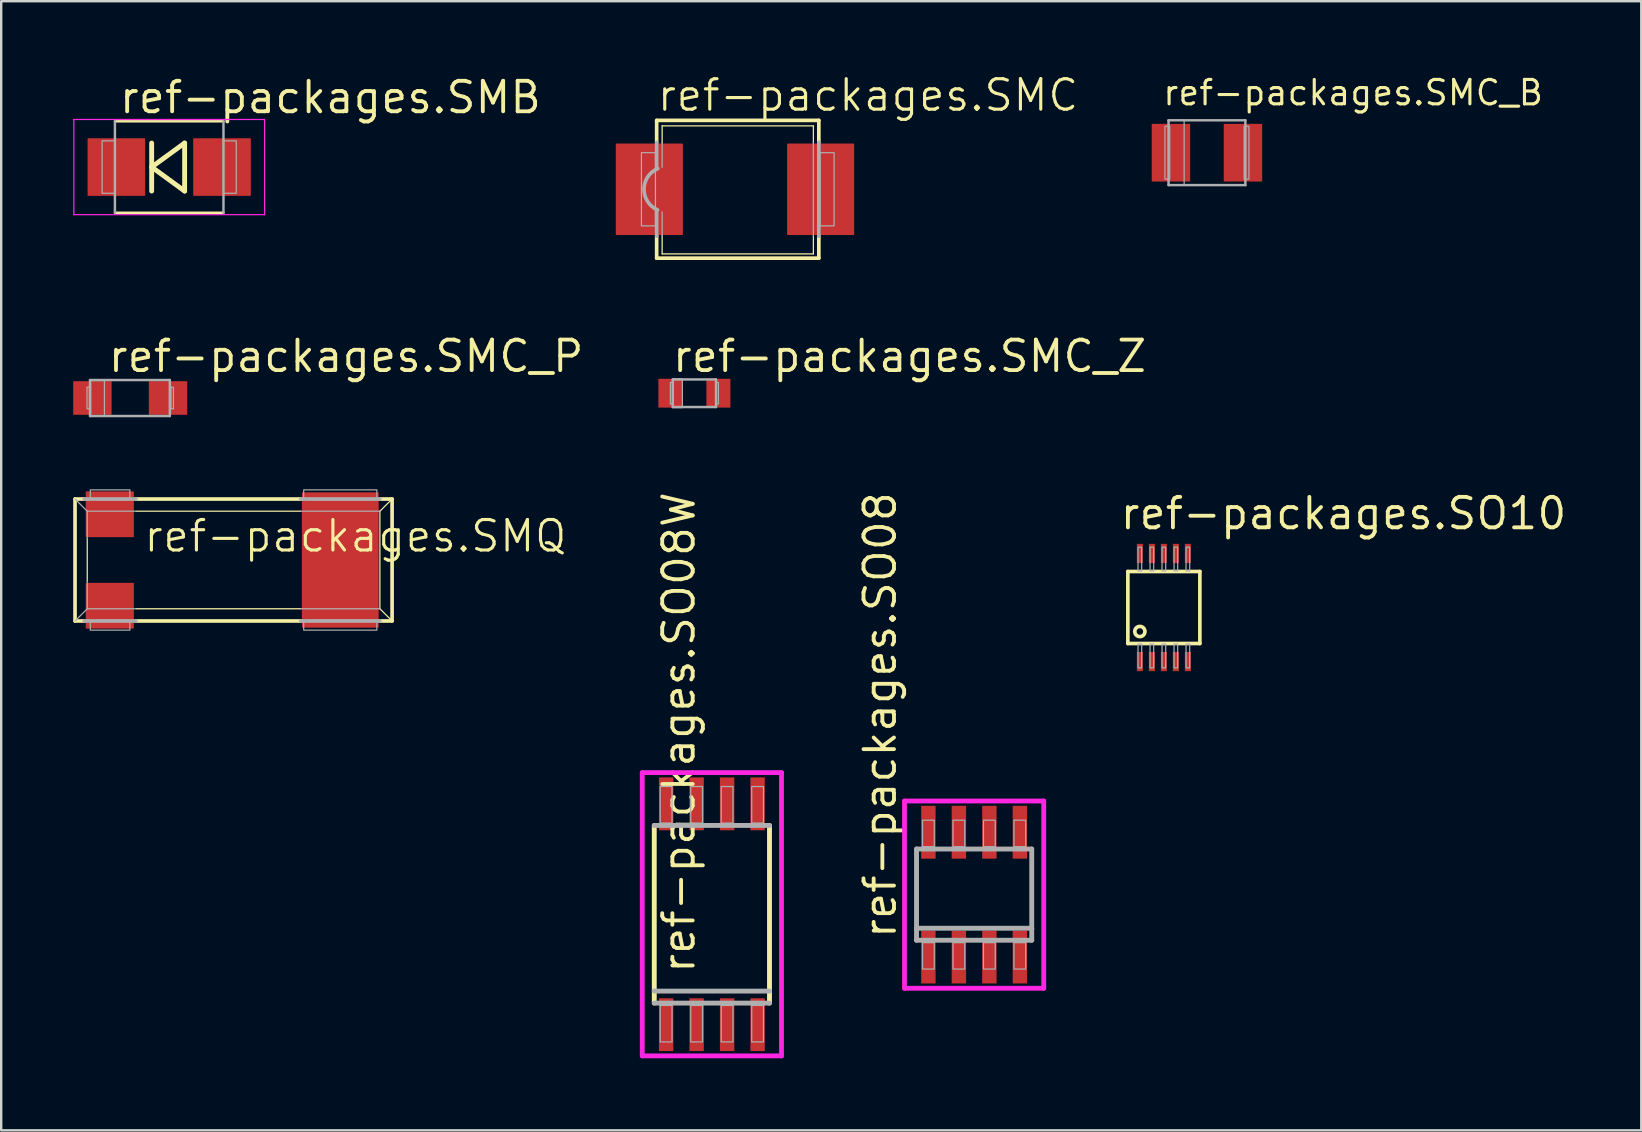
<source format=kicad_pcb>
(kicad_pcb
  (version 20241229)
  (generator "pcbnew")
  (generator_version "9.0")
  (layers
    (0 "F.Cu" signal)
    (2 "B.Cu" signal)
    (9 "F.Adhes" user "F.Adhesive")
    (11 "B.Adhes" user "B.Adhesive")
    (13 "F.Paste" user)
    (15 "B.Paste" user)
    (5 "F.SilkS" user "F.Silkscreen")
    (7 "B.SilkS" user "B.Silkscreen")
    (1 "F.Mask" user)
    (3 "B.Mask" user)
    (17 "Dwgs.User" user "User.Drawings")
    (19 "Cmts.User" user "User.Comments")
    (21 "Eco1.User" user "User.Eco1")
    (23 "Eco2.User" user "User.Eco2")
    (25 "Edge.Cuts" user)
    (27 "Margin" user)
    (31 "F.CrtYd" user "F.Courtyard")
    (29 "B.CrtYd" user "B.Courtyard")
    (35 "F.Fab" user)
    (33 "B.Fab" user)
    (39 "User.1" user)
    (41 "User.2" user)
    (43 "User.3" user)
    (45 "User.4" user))
  (footprint "ref-packages.SMQ"
    (layer "F.Cu")
    (at 6.68 20.278)
    (property "Reference" "ref-packages.SMQ" (at -3.81 -0.254 0) (layer "F.SilkS") (effects (font (size 1.27 1.27) (thickness 0.13)) (justify left bottom)))
    (attr smd)
    (fp_line (start -6.604 -2.54) (end -6.604 2.54) (stroke (width 0.152) (type default)) (layer "F.SilkS"))
    (fp_line (start -6.604 -2.54) (end -6.223 -2.54) (stroke (width 0.152) (type default)) (layer "F.SilkS"))
    (fp_line (start -6.223 2.54) (end -6.604 2.54) (stroke (width 0.152) (type default)) (layer "F.SilkS"))
    (fp_line (start -6.096 -0.889) (end -6.096 0.889) (stroke (width 0.051) (type default)) (layer "F.SilkS"))
    (fp_line (start -4.064 -2.54) (end 2.794 -2.54) (stroke (width 0.152) (type default)) (layer "F.SilkS"))
    (fp_line (start -4.064 -2.032) (end 2.794 -2.032) (stroke (width 0.051) (type default)) (layer "F.SilkS"))
    (fp_line (start -4.064 2.032) (end 2.794 2.032) (stroke (width 0.051) (type default)) (layer "F.SilkS"))
    (fp_line (start -4.064 2.54) (end 2.794 2.54) (stroke (width 0.152) (type default)) (layer "F.SilkS"))
    (fp_line (start 6.096 -2.54) (end 6.604 -2.54) (stroke (width 0.152) (type default)) (layer "F.SilkS"))
    (fp_line (start 6.096 2.032) (end 6.096 -2.032) (stroke (width 0.051) (type default)) (layer "F.SilkS"))
    (fp_line (start 6.096 2.54) (end 6.604 2.54) (stroke (width 0.152) (type default)) (layer "F.SilkS"))
    (fp_line (start 6.604 -2.54) (end 6.096 -2.032) (stroke (width 0.051) (type default)) (layer "F.SilkS"))
    (fp_line (start 6.604 2.54) (end 6.096 2.032) (stroke (width 0.051) (type default)) (layer "F.SilkS"))
    (fp_line (start 6.604 2.54) (end 6.604 -2.54) (stroke (width 0.152) (type default)) (layer "F.SilkS"))
    (fp_line (start -6.604 -2.54) (end -6.096 -2.032) (stroke (width 0.051) (type default)) (layer "F.Fab"))
    (fp_line (start -6.604 2.54) (end -6.096 2.032) (stroke (width 0.051) (type default)) (layer "F.Fab"))
    (fp_line (start -6.223 -2.54) (end -4.064 -2.54) (stroke (width 0.152) (type default)) (layer "F.Fab"))
    (fp_line (start -6.223 2.54) (end -4.064 2.54) (stroke (width 0.152) (type default)) (layer "F.Fab"))
    (fp_line (start -6.096 -2.032) (end -6.096 -0.889) (stroke (width 0.051) (type default)) (layer "F.Fab"))
    (fp_line (start -6.096 -2.032) (end -4.064 -2.032) (stroke (width 0.051) (type default)) (layer "F.Fab"))
    (fp_line (start -6.096 0.889) (end -6.096 2.032) (stroke (width 0.051) (type default)) (layer "F.Fab"))
    (fp_line (start -6.096 2.032) (end -4.064 2.032) (stroke (width 0.051) (type default)) (layer "F.Fab"))
    (fp_line (start 6.096 -2.54) (end 2.794 -2.54) (stroke (width 0.152) (type default)) (layer "F.Fab"))
    (fp_line (start 6.096 -2.032) (end 2.794 -2.032) (stroke (width 0.051) (type default)) (layer "F.Fab"))
    (fp_line (start 6.096 2.032) (end 2.794 2.032) (stroke (width 0.051) (type default)) (layer "F.Fab"))
    (fp_line (start 6.096 2.54) (end 2.794 2.54) (stroke (width 0.152) (type default)) (layer "F.Fab"))
    (fp_rect (start -5.969 -2.54) (end -4.318 -2.921) (stroke (width 0.05) (type default)) (fill no) (layer "F.Fab"))
    (fp_rect (start -5.969 2.921) (end -4.318 2.54) (stroke (width 0.05) (type default)) (fill no) (layer "F.Fab"))
    (fp_rect (start 2.921 -2.54) (end 5.969 -2.921) (stroke (width 0.05) (type default)) (fill no) (layer "F.Fab"))
    (fp_rect (start 2.921 2.921) (end 5.969 2.54) (stroke (width 0.05) (type default)) (fill no) (layer "F.Fab"))
    (pad "1" smd roundrect (at -5.156 -1.905) (size 2.007 1.905) (layers "F.Cu" "F.Mask" "F.Paste") (roundrect_rratio 0.01))
    (pad "2" smd roundrect (at -5.156 1.905) (size 2.007 1.905) (layers "F.Cu" "F.Mask" "F.Paste") (roundrect_rratio 0.01))
    (pad "GND" smd roundrect (at 4.445 0) (size 3.2 5.639) (layers "F.Cu" "F.Mask" "F.Paste") (roundrect_rratio 0.01)))
  (footprint "ref-packages.SO08"
    (layer "F.Cu")
    (at 37.53 34.219)
    (property "Reference" "ref-packages.SO08" (at -3.175 1.905 90) (layer "F.SilkS") (effects (font (size 1.27 1.27) (thickness 0.16)) (justify left bottom)))
    (attr smd)
    (fp_line (start -2.9 -3.9) (end 2.9 -3.9) (stroke (width 0.2) (type default)) (layer "F.CrtYd"))
    (fp_line (start -2.9 3.9) (end -2.9 -3.9) (stroke (width 0.2) (type default)) (layer "F.CrtYd"))
    (fp_line (start 2.9 -3.9) (end 2.9 3.9) (stroke (width 0.2) (type default)) (layer "F.CrtYd"))
    (fp_line (start 2.9 3.9) (end -2.9 3.9) (stroke (width 0.2) (type default)) (layer "F.CrtYd"))
    (fp_line (start -2.4 -1.9) (end 2.4 -1.9) (stroke (width 0.203) (type default)) (layer "F.Fab"))
    (fp_line (start -2.4 1.4) (end -2.4 -1.9) (stroke (width 0.203) (type default)) (layer "F.Fab"))
    (fp_line (start -2.4 1.9) (end -2.4 1.4) (stroke (width 0.203) (type default)) (layer "F.Fab"))
    (fp_line (start 2.4 -1.9) (end 2.4 1.4) (stroke (width 0.203) (type default)) (layer "F.Fab"))
    (fp_line (start 2.4 1.4) (end -2.4 1.4) (stroke (width 0.203) (type default)) (layer "F.Fab"))
    (fp_line (start 2.4 1.4) (end 2.4 1.9) (stroke (width 0.203) (type default)) (layer "F.Fab"))
    (fp_line (start 2.4 1.9) (end -2.4 1.9) (stroke (width 0.203) (type default)) (layer "F.Fab"))
    (fp_rect (start -2.15 -2) (end -1.66 -3.1) (stroke (width 0.05) (type default)) (fill no) (layer "F.Fab"))
    (fp_rect (start -2.15 3.1) (end -1.66 2) (stroke (width 0.05) (type default)) (fill no) (layer "F.Fab"))
    (fp_rect (start -0.88 -2) (end -0.39 -3.1) (stroke (width 0.05) (type default)) (fill no) (layer "F.Fab"))
    (fp_rect (start -0.88 3.1) (end -0.39 2) (stroke (width 0.05) (type default)) (fill no) (layer "F.Fab"))
    (fp_rect (start 0.39 -2) (end 0.88 -3.1) (stroke (width 0.05) (type default)) (fill no) (layer "F.Fab"))
    (fp_rect (start 0.39 3.1) (end 0.88 2) (stroke (width 0.05) (type default)) (fill no) (layer "F.Fab"))
    (fp_rect (start 1.66 -2) (end 2.15 -3.1) (stroke (width 0.05) (type default)) (fill no) (layer "F.Fab"))
    (fp_rect (start 1.66 3.1) (end 2.15 2) (stroke (width 0.05) (type default)) (fill no) (layer "F.Fab"))
    (pad "1" smd roundrect (at -1.905 2.6) (size 0.6 2.2) (layers "F.Cu" "F.Mask" "F.Paste") (roundrect_rratio 0.01))
    (pad "2" smd roundrect (at -0.635 2.6) (size 0.6 2.2) (layers "F.Cu" "F.Mask" "F.Paste") (roundrect_rratio 0.01))
    (pad "3" smd roundrect (at 0.635 2.6) (size 0.6 2.2) (layers "F.Cu" "F.Mask" "F.Paste") (roundrect_rratio 0.01))
    (pad "4" smd roundrect (at 1.905 2.6) (size 0.6 2.2) (layers "F.Cu" "F.Mask" "F.Paste") (roundrect_rratio 0.01))
    (pad "5" smd roundrect (at 1.905 -2.6) (size 0.6 2.2) (layers "F.Cu" "F.Mask" "F.Paste") (roundrect_rratio 0.01))
    (pad "6" smd roundrect (at 0.635 -2.6) (size 0.6 2.2) (layers "F.Cu" "F.Mask" "F.Paste") (roundrect_rratio 0.01))
    (pad "7" smd roundrect (at -0.635 -2.6) (size 0.6 2.2) (layers "F.Cu" "F.Mask" "F.Paste") (roundrect_rratio 0.01))
    (pad "8" smd roundrect (at -1.905 -2.6) (size 0.6 2.2) (layers "F.Cu" "F.Mask" "F.Paste") (roundrect_rratio 0.01)))
  (footprint "ref-packages.SO08W"
    (layer "F.Cu")
    (at 26.605 35.036)
    (property "Reference" "ref-packages.SO08W" (at -0.635 2.54 90) (layer "F.SilkS") (effects (font (size 1.27 1.27) (thickness 0.16)) (justify left bottom)))
    (attr smd)
    (fp_line (start -2.4 3.7) (end -2.4 -3.7) (stroke (width 0.203) (type default)) (layer "F.SilkS"))
    (fp_line (start 2.4 -3.7) (end 2.4 3.7) (stroke (width 0.203) (type default)) (layer "F.SilkS"))
    (fp_line (start -2.9 -5.9) (end 2.9 -5.9) (stroke (width 0.2) (type default)) (layer "F.CrtYd"))
    (fp_line (start -2.9 5.9) (end -2.9 -5.9) (stroke (width 0.2) (type default)) (layer "F.CrtYd"))
    (fp_line (start 2.9 -5.9) (end 2.9 5.9) (stroke (width 0.2) (type default)) (layer "F.CrtYd"))
    (fp_line (start 2.9 5.9) (end -2.9 5.9) (stroke (width 0.2) (type default)) (layer "F.CrtYd"))
    (fp_line (start -2.4 -3.7) (end 2.4 -3.7) (stroke (width 0.203) (type default)) (layer "F.Fab"))
    (fp_line (start 2.4 3.2) (end -2.4 3.2) (stroke (width 0.203) (type default)) (layer "F.Fab"))
    (fp_line (start 2.4 3.7) (end -2.4 3.7) (stroke (width 0.203) (type default)) (layer "F.Fab"))
    (fp_rect (start -2.15 -3.8) (end -1.66 -5.32) (stroke (width 0.05) (type default)) (fill no) (layer "F.Fab"))
    (fp_rect (start -2.15 5.32) (end -1.66 3.8) (stroke (width 0.05) (type default)) (fill no) (layer "F.Fab"))
    (fp_rect (start -0.88 -3.8) (end -0.39 -5.32) (stroke (width 0.05) (type default)) (fill no) (layer "F.Fab"))
    (fp_rect (start -0.88 5.32) (end -0.39 3.8) (stroke (width 0.05) (type default)) (fill no) (layer "F.Fab"))
    (fp_rect (start 0.39 -3.8) (end 0.88 -5.32) (stroke (width 0.05) (type default)) (fill no) (layer "F.Fab"))
    (fp_rect (start 0.39 5.32) (end 0.88 3.8) (stroke (width 0.05) (type default)) (fill no) (layer "F.Fab"))
    (fp_rect (start 1.66 -3.8) (end 2.15 -5.32) (stroke (width 0.05) (type default)) (fill no) (layer "F.Fab"))
    (fp_rect (start 1.66 5.32) (end 2.15 3.8) (stroke (width 0.05) (type default)) (fill no) (layer "F.Fab"))
    (pad "1" smd roundrect (at -1.905 4.6) (size 0.6 2.2) (layers "F.Cu" "F.Mask" "F.Paste") (roundrect_rratio 0.01))
    (pad "2" smd roundrect (at -0.635 4.6) (size 0.6 2.2) (layers "F.Cu" "F.Mask" "F.Paste") (roundrect_rratio 0.01))
    (pad "3" smd roundrect (at 0.635 4.6) (size 0.6 2.2) (layers "F.Cu" "F.Mask" "F.Paste") (roundrect_rratio 0.01))
    (pad "4" smd roundrect (at 1.905 4.6) (size 0.6 2.2) (layers "F.Cu" "F.Mask" "F.Paste") (roundrect_rratio 0.01))
    (pad "5" smd roundrect (at 1.905 -4.6) (size 0.6 2.2) (layers "F.Cu" "F.Mask" "F.Paste") (roundrect_rratio 0.01))
    (pad "6" smd roundrect (at 0.635 -4.6) (size 0.6 2.2) (layers "F.Cu" "F.Mask" "F.Paste") (roundrect_rratio 0.01))
    (pad "7" smd roundrect (at -0.635 -4.6) (size 0.6 2.2) (layers "F.Cu" "F.Mask" "F.Paste") (roundrect_rratio 0.01))
    (pad "8" smd roundrect (at -1.905 -4.6) (size 0.6 2.2) (layers "F.Cu" "F.Mask" "F.Paste") (roundrect_rratio 0.01)))
  (footprint "ref-packages.SMC_Z"
    (layer "F.Cu")
    (at 25.877 13.331)
    (property "Reference" "ref-packages.SMC_Z" (at -1 -0.8 0) (layer "F.SilkS") (effects (font (size 1.27 1.27) (thickness 0.16)) (justify left bottom)))
    (attr smd)
    (fp_line (start -0.9 -0.575) (end -0.9 0.575) (stroke (width 0.102) (type default)) (layer "F.Fab"))
    (fp_line (start -0.9 -0.575) (end 0.9 -0.575) (stroke (width 0.102) (type default)) (layer "F.Fab"))
    (fp_line (start 0.9 0.575) (end -0.9 0.575) (stroke (width 0.102) (type default)) (layer "F.Fab"))
    (fp_line (start 0.9 0.575) (end 0.9 -0.575) (stroke (width 0.102) (type default)) (layer "F.Fab"))
    (fp_rect (start -1 0.45) (end -0.9 -0.45) (stroke (width 0.05) (type default)) (fill no) (layer "F.Fab"))
    (fp_rect (start -0.9 0.6) (end -0.5 -0.6) (stroke (width 0.05) (type default)) (fill no) (layer "F.Fab"))
    (fp_rect (start 0.9 0.45) (end 1 -0.45) (stroke (width 0.05) (type default)) (fill no) (layer "F.Fab"))
    (pad "+" smd roundrect (at -1 0) (size 1 1.2) (layers "F.Cu" "F.Mask" "F.Paste") (roundrect_rratio 0.01))
    (pad "-" smd roundrect (at 1 0) (size 1 1.2) (layers "F.Cu" "F.Mask" "F.Paste") (roundrect_rratio 0.01)))
  (footprint "ref-packages.SO10"
    (layer "F.Cu")
    (at 45.434 22.257)
    (property "Reference" "ref-packages.SO10" (at -1.905 -3.175 0) (layer "F.SilkS") (effects (font (size 1.27 1.27) (thickness 0.16)) (justify left bottom)))
    (attr smd)
    (fp_line (start -1.5 -1.5) (end 1.5 -1.5) (stroke (width 0.152) (type default)) (layer "F.SilkS"))
    (fp_line (start -1.5 1.5) (end -1.5 -1.5) (stroke (width 0.152) (type default)) (layer "F.SilkS"))
    (fp_line (start 1.5 -1.5) (end 1.5 1.5) (stroke (width 0.152) (type default)) (layer "F.SilkS"))
    (fp_line (start 1.5 1.5) (end -1.5 1.5) (stroke (width 0.152) (type default)) (layer "F.SilkS"))
    (fp_circle (center -1 1) (end -0.788 1) (stroke (width 0.152) (type default)) (fill no) (layer "F.SilkS"))
    (fp_rect (start -1.076 -1.524) (end -0.924 -2.515) (stroke (width 0.05) (type default)) (fill no) (layer "F.Fab"))
    (fp_rect (start -1.076 2.515) (end -0.924 1.524) (stroke (width 0.05) (type default)) (fill no) (layer "F.Fab"))
    (fp_rect (start -0.576 -1.524) (end -0.424 -2.515) (stroke (width 0.05) (type default)) (fill no) (layer "F.Fab"))
    (fp_rect (start -0.576 2.515) (end -0.424 1.524) (stroke (width 0.05) (type default)) (fill no) (layer "F.Fab"))
    (fp_rect (start -0.076 -1.524) (end 0.076 -2.515) (stroke (width 0.05) (type default)) (fill no) (layer "F.Fab"))
    (fp_rect (start -0.076 2.515) (end 0.076 1.524) (stroke (width 0.05) (type default)) (fill no) (layer "F.Fab"))
    (fp_rect (start 0.424 -1.524) (end 0.576 -2.515) (stroke (width 0.05) (type default)) (fill no) (layer "F.Fab"))
    (fp_rect (start 0.424 2.515) (end 0.576 1.524) (stroke (width 0.05) (type default)) (fill no) (layer "F.Fab"))
    (fp_rect (start 0.924 -1.524) (end 1.076 -2.515) (stroke (width 0.05) (type default)) (fill no) (layer "F.Fab"))
    (fp_rect (start 0.924 2.515) (end 1.076 1.524) (stroke (width 0.05) (type default)) (fill no) (layer "F.Fab"))
    (pad "1" smd roundrect (at -1 2.25) (size 0.25 0.8) (layers "F.Cu" "F.Mask" "F.Paste") (roundrect_rratio 0.01))
    (pad "2" smd roundrect (at -0.5 2.25) (size 0.25 0.8) (layers "F.Cu" "F.Mask" "F.Paste") (roundrect_rratio 0.01))
    (pad "3" smd roundrect (at 0 2.25) (size 0.25 0.8) (layers "F.Cu" "F.Mask" "F.Paste") (roundrect_rratio 0.01))
    (pad "4" smd roundrect (at 0.5 2.25) (size 0.25 0.8) (layers "F.Cu" "F.Mask" "F.Paste") (roundrect_rratio 0.01))
    (pad "5" smd roundrect (at 1 2.25) (size 0.25 0.8) (layers "F.Cu" "F.Mask" "F.Paste") (roundrect_rratio 0.01))
    (pad "6" smd roundrect (at 1 -2.25) (size 0.25 0.8) (layers "F.Cu" "F.Mask" "F.Paste") (roundrect_rratio 0.01))
    (pad "7" smd roundrect (at 0.5 -2.25) (size 0.25 0.8) (layers "F.Cu" "F.Mask" "F.Paste") (roundrect_rratio 0.01))
    (pad "8" smd roundrect (at 0 -2.25) (size 0.25 0.8) (layers "F.Cu" "F.Mask" "F.Paste") (roundrect_rratio 0.01))
    (pad "9" smd roundrect (at -0.5 -2.25) (size 0.25 0.8) (layers "F.Cu" "F.Mask" "F.Paste") (roundrect_rratio 0.01))
    (pad "10" smd roundrect (at -1 -2.25) (size 0.25 0.8) (layers "F.Cu" "F.Mask" "F.Paste") (roundrect_rratio 0.01)))
  (footprint "ref-packages.SMB"
    (layer "F.Cu")
    (at 3.998 3.909)
    (property "Reference" "ref-packages.SMB" (at -2.159 -2.159 0) (layer "F.SilkS") (effects (font (size 1.27 1.27) (thickness 0.16)) (justify left bottom)))
    (attr smd)
    (fp_line (start -2.261 -1.905) (end 2.261 -1.905) (stroke (width 0.102) (type default)) (layer "F.SilkS"))
    (fp_line (start -2.261 1.905) (end 2.261 1.905) (stroke (width 0.102) (type default)) (layer "F.SilkS"))
    (fp_line (start -0.73 -1) (end -0.73 1) (stroke (width 0.203) (type default)) (layer "F.SilkS"))
    (fp_line (start -0.73 0) (end 0.643 1) (stroke (width 0.203) (type default)) (layer "F.SilkS"))
    (fp_line (start 0.643 -1) (end -0.73 0) (stroke (width 0.203) (type default)) (layer "F.SilkS"))
    (fp_line (start 0.643 1) (end 0.643 -1) (stroke (width 0.203) (type default)) (layer "F.SilkS"))
    (fp_line (start -3.973 -1.983) (end 3.973 -1.983) (stroke (width 0.051) (type default)) (layer "F.CrtYd"))
    (fp_line (start -3.973 1.983) (end -3.973 -1.983) (stroke (width 0.051) (type default)) (layer "F.CrtYd"))
    (fp_line (start 3.973 -1.983) (end 3.973 1.983) (stroke (width 0.051) (type default)) (layer "F.CrtYd"))
    (fp_line (start 3.973 1.983) (end -3.973 1.983) (stroke (width 0.051) (type default)) (layer "F.CrtYd"))
    (fp_line (start -2.261 1.905) (end -2.261 -1.905) (stroke (width 0.102) (type default)) (layer "F.Fab"))
    (fp_line (start 2.261 1.905) (end 2.261 -1.905) (stroke (width 0.102) (type default)) (layer "F.Fab"))
    (fp_rect (start -2.794 1.092) (end -2.261 -1.092) (stroke (width 0.05) (type default)) (fill no) (layer "F.Fab"))
    (fp_rect (start 2.261 1.092) (end 2.794 -1.092) (stroke (width 0.05) (type default)) (fill no) (layer "F.Fab"))
    (pad "1" smd roundrect (at -2.2 0) (size 2.4 2.4) (layers "F.Cu" "F.Mask" "F.Paste") (roundrect_rratio 0.01))
    (pad "2" smd roundrect (at 2.2 0) (size 2.4 2.4) (layers "F.Cu" "F.Mask" "F.Paste") (roundrect_rratio 0.01)))
  (footprint "ref-packages.SMC"
    (layer "F.Cu")
    (at 27.81 4.708)
    (property "Reference" "ref-packages.SMC" (at -3.556 -3.048 0) (layer "F.SilkS") (effects (font (size 1.27 1.27) (thickness 0.13)) (justify left bottom)))
    (attr smd)
    (fp_line (start -3.505 -2.743) (end -3.505 -1.829) (stroke (width 0.152) (type default)) (layer "F.SilkS"))
    (fp_line (start -3.505 -2.743) (end 3.251 -2.743) (stroke (width 0.152) (type default)) (layer "F.SilkS"))
    (fp_line (start -3.505 2.997) (end -3.505 2.083) (stroke (width 0.152) (type default)) (layer "F.SilkS"))
    (fp_line (start -3.277 -2.515) (end 3.023 -2.515) (stroke (width 0.051) (type default)) (layer "F.SilkS"))
    (fp_line (start -3.277 -1.803) (end -3.277 -2.515) (stroke (width 0.051) (type default)) (layer "F.SilkS"))
    (fp_line (start -3.277 2.819) (end -3.277 2.057) (stroke (width 0.051) (type default)) (layer "F.SilkS"))
    (fp_line (start -3.277 2.819) (end 3.023 2.819) (stroke (width 0.051) (type default)) (layer "F.SilkS"))
    (fp_line (start 3.023 -1.803) (end 3.023 -2.515) (stroke (width 0.051) (type default)) (layer "F.SilkS"))
    (fp_line (start 3.023 2.057) (end 3.023 2.819) (stroke (width 0.051) (type default)) (layer "F.SilkS"))
    (fp_line (start 3.251 -2.743) (end 3.251 -1.829) (stroke (width 0.152) (type default)) (layer "F.SilkS"))
    (fp_line (start 3.251 2.997) (end -3.505 2.997) (stroke (width 0.152) (type default)) (layer "F.SilkS"))
    (fp_line (start 3.251 2.997) (end 3.251 2.083) (stroke (width 0.152) (type default)) (layer "F.SilkS"))
    (fp_line (start -3.505 -1.829) (end -3.505 -0.737) (stroke (width 0.152) (type default)) (layer "F.Fab"))
    (fp_line (start -3.505 2.083) (end -3.505 0.991) (stroke (width 0.152) (type default)) (layer "F.Fab"))
    (fp_line (start -3.277 -0.787) (end -3.277 -1.803) (stroke (width 0.051) (type default)) (layer "F.Fab"))
    (fp_line (start -3.277 2.057) (end -3.277 1.067) (stroke (width 0.051) (type default)) (layer "F.Fab"))
    (fp_line (start 3.023 -1.803) (end 3.023 2.057) (stroke (width 0.051) (type default)) (layer "F.Fab"))
    (fp_line (start 3.251 -1.829) (end 3.251 2.083) (stroke (width 0.152) (type default)) (layer "F.Fab"))
    (fp_rect (start -4.14 1.651) (end -3.556 -1.397) (stroke (width 0.05) (type default)) (fill no) (layer "F.Fab"))
    (fp_rect (start 3.302 1.651) (end 3.886 -1.397) (stroke (width 0.05) (type default)) (fill no) (layer "F.Fab"))
    (fp_arc (start -3.4667 0.9859) (mid -4.032773 0.120797) (end -3.4545 -0.7362) (stroke (width 0.1524) (type default)) (layer "F.Fab"))
    (pad "1" smd roundrect (at -3.81 0.127) (size 2.794 3.81) (layers "F.Cu" "F.Mask" "F.Paste") (roundrect_rratio 0.01))
    (pad "2" smd roundrect (at 3.327 0.127) (size 2.794 3.81) (layers "F.Cu" "F.Mask" "F.Paste") (roundrect_rratio 0.01)))
  (footprint "ref-packages.SMC_P"
    (layer "F.Cu")
    (at 2.375 13.531)
    (property "Reference" "ref-packages.SMC_P" (at -1 -1 0) (layer "F.SilkS") (effects (font (size 1.27 1.27) (thickness 0.16)) (justify left bottom)))
    (attr smd)
    (fp_line (start -1.675 -0.75) (end -1.675 0.75) (stroke (width 0.102) (type default)) (layer "F.Fab"))
    (fp_line (start -1.675 -0.75) (end 1.65 -0.75) (stroke (width 0.102) (type default)) (layer "F.Fab"))
    (fp_line (start 1.65 0.75) (end -1.675 0.75) (stroke (width 0.102) (type default)) (layer "F.Fab"))
    (fp_line (start 1.65 0.75) (end 1.65 -0.75) (stroke (width 0.102) (type default)) (layer "F.Fab"))
    (fp_rect (start -1.8 0.45) (end -1.7 -0.45) (stroke (width 0.05) (type default)) (fill no) (layer "F.Fab"))
    (fp_rect (start -1.65 0.75) (end -1.075 -0.725) (stroke (width 0.05) (type default)) (fill no) (layer "F.Fab"))
    (fp_rect (start 1.7 0.45) (end 1.8 -0.45) (stroke (width 0.05) (type default)) (fill no) (layer "F.Fab"))
    (pad "+" smd roundrect (at -1.575 0) (size 1.6 1.4) (layers "F.Cu" "F.Mask" "F.Paste") (roundrect_rratio 0.01))
    (pad "-" smd roundrect (at 1.575 0 180) (size 1.6 1.4) (layers "F.Cu" "F.Mask" "F.Paste") (roundrect_rratio 0.01)))
  (footprint "ref-packages.SMC_B"
    (layer "F.Cu")
    (at 47.229 3.311)
    (property "Reference" "ref-packages.SMC_B" (at -1.905 -1.905 0) (layer "F.SilkS") (effects (font (size 1.016 1.016) (thickness 0.13)) (justify left bottom)))
    (attr smd)
    (fp_line (start -1.6 -1.35) (end 1.6 -1.35) (stroke (width 0.102) (type default)) (layer "F.Fab"))
    (fp_line (start -1.6 1.35) (end -1.6 -1.35) (stroke (width 0.102) (type default)) (layer "F.Fab"))
    (fp_line (start 1.6 -1.35) (end 1.6 1.35) (stroke (width 0.102) (type default)) (layer "F.Fab"))
    (fp_line (start 1.6 1.35) (end -1.6 1.35) (stroke (width 0.102) (type default)) (layer "F.Fab"))
    (fp_rect (start -1.75 1.1) (end -1.55 -1.1) (stroke (width 0.05) (type default)) (fill no) (layer "F.Fab"))
    (fp_rect (start -1.6 1.35) (end -0.95 -1.35) (stroke (width 0.05) (type default)) (fill no) (layer "F.Fab"))
    (fp_rect (start 1.55 1.1) (end 1.75 -1.1) (stroke (width 0.05) (type default)) (fill no) (layer "F.Fab"))
    (pad "+" smd roundrect (at -1.5 0) (size 1.6 2.4) (layers "F.Cu" "F.Mask" "F.Paste") (roundrect_rratio 0.01))
    (pad "-" smd roundrect (at 1.5 0 180) (size 1.6 2.4) (layers "F.Cu" "F.Mask" "F.Paste") (roundrect_rratio 0.01)))
  (gr_rect
    (start -3 -3)
    (end 65.322 44.036)
    (stroke (width 0.1) (type default))
    (fill no)
    (layer "Edge.Cuts")))
</source>
